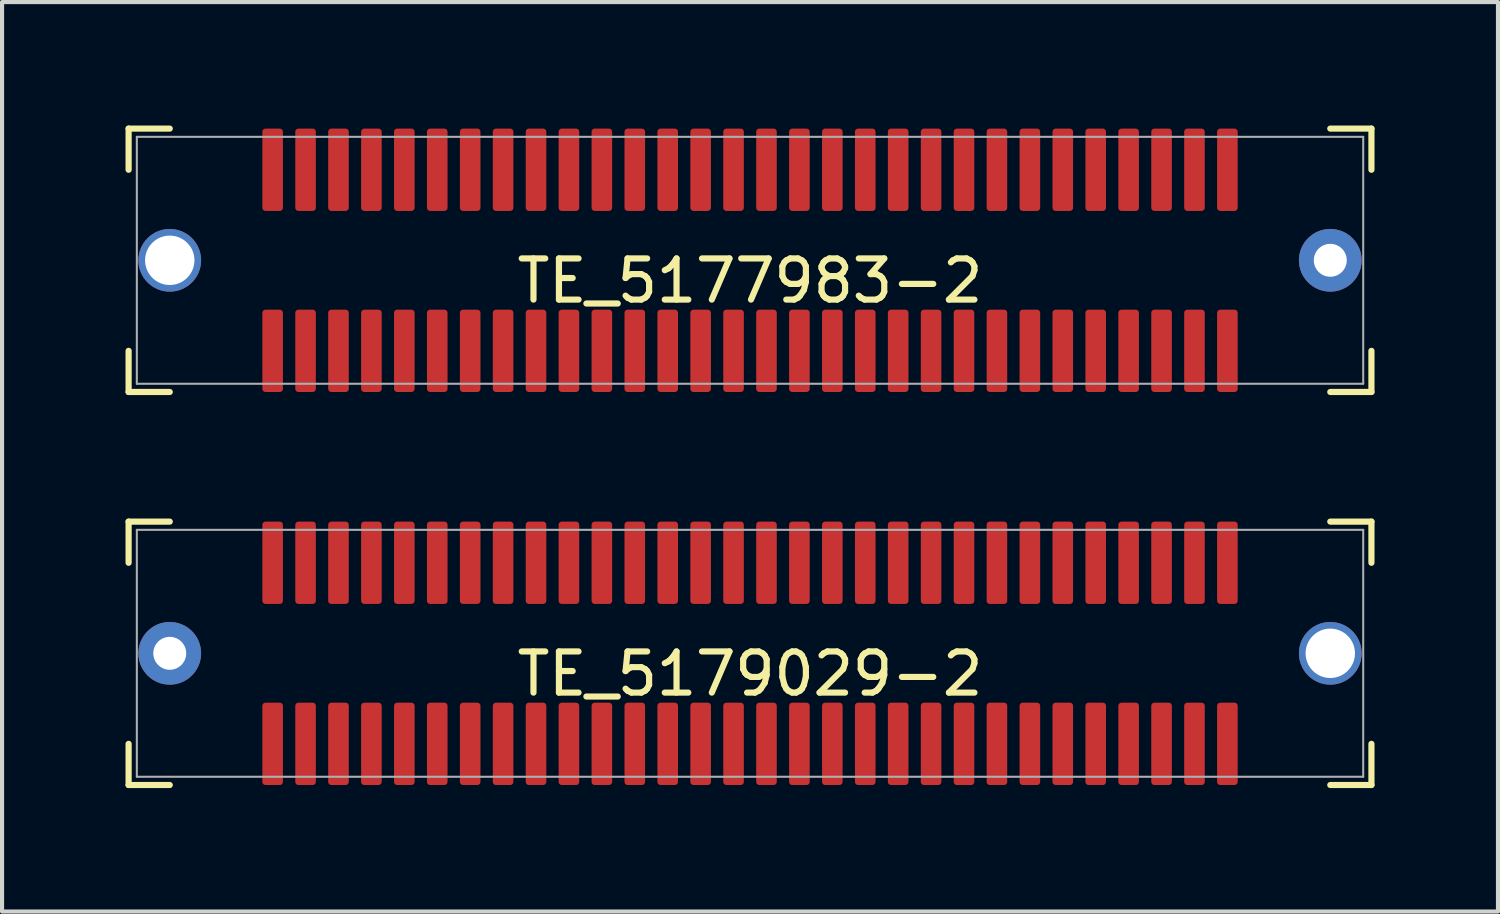
<source format=kicad_pcb>
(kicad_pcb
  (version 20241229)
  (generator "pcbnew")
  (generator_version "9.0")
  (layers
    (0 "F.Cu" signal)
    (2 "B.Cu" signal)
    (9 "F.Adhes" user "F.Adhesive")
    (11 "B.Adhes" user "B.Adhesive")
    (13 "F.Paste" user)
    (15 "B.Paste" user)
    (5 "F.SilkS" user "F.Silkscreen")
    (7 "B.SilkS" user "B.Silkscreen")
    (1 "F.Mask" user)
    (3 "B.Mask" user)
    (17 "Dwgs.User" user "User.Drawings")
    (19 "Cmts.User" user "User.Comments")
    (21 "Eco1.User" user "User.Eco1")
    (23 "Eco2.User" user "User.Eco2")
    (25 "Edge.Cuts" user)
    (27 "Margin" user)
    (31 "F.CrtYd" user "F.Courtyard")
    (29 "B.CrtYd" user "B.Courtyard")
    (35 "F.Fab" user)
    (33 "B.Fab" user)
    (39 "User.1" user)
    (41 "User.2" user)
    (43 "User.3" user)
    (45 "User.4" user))
  (footprint "TE_5177983-2"
    (layer "F.Cu")
    (at 15.175 3.275)
    (property "Reference" "TE_5177983-2" (at 0 0.5 0) (layer "F.SilkS") (effects (font (size 1 1) (thickness 0.15))))
    (attr through_hole)
    (fp_line (start -15.1 -3.2) (end -15.1 -2.2) (stroke (width 0.15) (type solid)) (layer "F.SilkS"))
    (fp_line (start -15.1 -3.2) (end -14.1 -3.2) (stroke (width 0.15) (type solid)) (layer "F.SilkS"))
    (fp_line (start -15.1 3.2) (end -15.1 2.2) (stroke (width 0.15) (type solid)) (layer "F.SilkS"))
    (fp_line (start -15.1 3.2) (end -14.1 3.2) (stroke (width 0.15) (type solid)) (layer "F.SilkS"))
    (fp_line (start 15.1 -3.2) (end 14.1 -3.2) (stroke (width 0.15) (type solid)) (layer "F.SilkS"))
    (fp_line (start 15.1 -3.2) (end 15.1 -2.2) (stroke (width 0.15) (type solid)) (layer "F.SilkS"))
    (fp_line (start 15.1 3.2) (end 14.1 3.2) (stroke (width 0.15) (type solid)) (layer "F.SilkS"))
    (fp_line (start 15.1 3.2) (end 15.1 2.2) (stroke (width 0.15) (type solid)) (layer "F.SilkS"))
    (fp_line (start -14.9 -3) (end 14.9 -3) (stroke (width 0.05) (type solid)) (layer "F.Fab"))
    (fp_line (start -14.9 3) (end -14.9 -3) (stroke (width 0.05) (type solid)) (layer "F.Fab"))
    (fp_line (start 14.9 -3) (end 14.9 3) (stroke (width 0.05) (type solid)) (layer "F.Fab"))
    (fp_line (start 14.9 3) (end -14.9 3) (stroke (width 0.05) (type solid)) (layer "F.Fab"))
    (pad "" np_thru_hole circle (at -14.1 0) (size 1.524 1.524) (drill 1.2) (layers "*.Cu" "*.Mask"))
    (pad "" np_thru_hole circle (at 14.1 0) (size 1.524 1.524) (drill 0.8) (layers "*.Cu" "*.Mask"))
    (pad "1" smd roundrect (at -11.6 2.2) (size 0.5 2) (layers "F.Cu" "F.Mask" "F.Paste") (roundrect_rratio 0.15))
    (pad "2" smd roundrect (at -11.6 -2.2) (size 0.5 2) (layers "F.Cu" "F.Mask" "F.Paste") (roundrect_rratio 0.15))
    (pad "3" smd roundrect (at -10.8 2.2) (size 0.5 2) (layers "F.Cu" "F.Mask" "F.Paste") (roundrect_rratio 0.15))
    (pad "4" smd roundrect (at -10.8 -2.2) (size 0.5 2) (layers "F.Cu" "F.Mask" "F.Paste") (roundrect_rratio 0.15))
    (pad "5" smd roundrect (at -10 2.2) (size 0.5 2) (layers "F.Cu" "F.Mask" "F.Paste") (roundrect_rratio 0.15))
    (pad "6" smd roundrect (at -10 -2.2) (size 0.5 2) (layers "F.Cu" "F.Mask" "F.Paste") (roundrect_rratio 0.15))
    (pad "7" smd roundrect (at -9.2 2.2) (size 0.5 2) (layers "F.Cu" "F.Mask" "F.Paste") (roundrect_rratio 0.15))
    (pad "8" smd roundrect (at -9.2 -2.2) (size 0.5 2) (layers "F.Cu" "F.Mask" "F.Paste") (roundrect_rratio 0.15))
    (pad "9" smd roundrect (at -8.4 2.2) (size 0.5 2) (layers "F.Cu" "F.Mask" "F.Paste") (roundrect_rratio 0.15))
    (pad "10" smd roundrect (at -8.4 -2.2) (size 0.5 2) (layers "F.Cu" "F.Mask" "F.Paste") (roundrect_rratio 0.15))
    (pad "11" smd roundrect (at -7.6 2.2) (size 0.5 2) (layers "F.Cu" "F.Mask" "F.Paste") (roundrect_rratio 0.15))
    (pad "12" smd roundrect (at -7.6 -2.2) (size 0.5 2) (layers "F.Cu" "F.Mask" "F.Paste") (roundrect_rratio 0.15))
    (pad "13" smd roundrect (at -6.8 2.2) (size 0.5 2) (layers "F.Cu" "F.Mask" "F.Paste") (roundrect_rratio 0.15))
    (pad "14" smd roundrect (at -6.8 -2.2) (size 0.5 2) (layers "F.Cu" "F.Mask" "F.Paste") (roundrect_rratio 0.15))
    (pad "15" smd roundrect (at -6 2.2) (size 0.5 2) (layers "F.Cu" "F.Mask" "F.Paste") (roundrect_rratio 0.15))
    (pad "16" smd roundrect (at -6 -2.2) (size 0.5 2) (layers "F.Cu" "F.Mask" "F.Paste") (roundrect_rratio 0.15))
    (pad "17" smd roundrect (at -5.2 2.2) (size 0.5 2) (layers "F.Cu" "F.Mask" "F.Paste") (roundrect_rratio 0.15))
    (pad "18" smd roundrect (at -5.2 -2.2) (size 0.5 2) (layers "F.Cu" "F.Mask" "F.Paste") (roundrect_rratio 0.15))
    (pad "19" smd roundrect (at -4.4 2.2) (size 0.5 2) (layers "F.Cu" "F.Mask" "F.Paste") (roundrect_rratio 0.15))
    (pad "20" smd roundrect (at -4.4 -2.2) (size 0.5 2) (layers "F.Cu" "F.Mask" "F.Paste") (roundrect_rratio 0.15))
    (pad "21" smd roundrect (at -3.6 2.2) (size 0.5 2) (layers "F.Cu" "F.Mask" "F.Paste") (roundrect_rratio 0.15))
    (pad "22" smd roundrect (at -3.6 -2.2) (size 0.5 2) (layers "F.Cu" "F.Mask" "F.Paste") (roundrect_rratio 0.15))
    (pad "23" smd roundrect (at -2.8 2.2) (size 0.5 2) (layers "F.Cu" "F.Mask" "F.Paste") (roundrect_rratio 0.15))
    (pad "24" smd roundrect (at -2.8 -2.2) (size 0.5 2) (layers "F.Cu" "F.Mask" "F.Paste") (roundrect_rratio 0.15))
    (pad "25" smd roundrect (at -2 2.2) (size 0.5 2) (layers "F.Cu" "F.Mask" "F.Paste") (roundrect_rratio 0.15))
    (pad "26" smd roundrect (at -2 -2.2) (size 0.5 2) (layers "F.Cu" "F.Mask" "F.Paste") (roundrect_rratio 0.15))
    (pad "27" smd roundrect (at -1.2 2.2) (size 0.5 2) (layers "F.Cu" "F.Mask" "F.Paste") (roundrect_rratio 0.15))
    (pad "28" smd roundrect (at -1.2 -2.2) (size 0.5 2) (layers "F.Cu" "F.Mask" "F.Paste") (roundrect_rratio 0.15))
    (pad "29" smd roundrect (at -0.4 2.2) (size 0.5 2) (layers "F.Cu" "F.Mask" "F.Paste") (roundrect_rratio 0.15))
    (pad "30" smd roundrect (at -0.4 -2.2) (size 0.5 2) (layers "F.Cu" "F.Mask" "F.Paste") (roundrect_rratio 0.15))
    (pad "31" smd roundrect (at 0.4 2.2) (size 0.5 2) (layers "F.Cu" "F.Mask" "F.Paste") (roundrect_rratio 0.15))
    (pad "32" smd roundrect (at 0.4 -2.2) (size 0.5 2) (layers "F.Cu" "F.Mask" "F.Paste") (roundrect_rratio 0.15))
    (pad "33" smd roundrect (at 1.2 2.2) (size 0.5 2) (layers "F.Cu" "F.Mask" "F.Paste") (roundrect_rratio 0.15))
    (pad "34" smd roundrect (at 1.2 -2.2) (size 0.5 2) (layers "F.Cu" "F.Mask" "F.Paste") (roundrect_rratio 0.15))
    (pad "35" smd roundrect (at 2 2.2) (size 0.5 2) (layers "F.Cu" "F.Mask" "F.Paste") (roundrect_rratio 0.15))
    (pad "36" smd roundrect (at 2 -2.2) (size 0.5 2) (layers "F.Cu" "F.Mask" "F.Paste") (roundrect_rratio 0.15))
    (pad "37" smd roundrect (at 2.8 2.2) (size 0.5 2) (layers "F.Cu" "F.Mask" "F.Paste") (roundrect_rratio 0.15))
    (pad "38" smd roundrect (at 2.8 -2.2) (size 0.5 2) (layers "F.Cu" "F.Mask" "F.Paste") (roundrect_rratio 0.15))
    (pad "39" smd roundrect (at 3.6 2.2) (size 0.5 2) (layers "F.Cu" "F.Mask" "F.Paste") (roundrect_rratio 0.15))
    (pad "40" smd roundrect (at 3.6 -2.2) (size 0.5 2) (layers "F.Cu" "F.Mask" "F.Paste") (roundrect_rratio 0.15))
    (pad "41" smd roundrect (at 4.4 2.2) (size 0.5 2) (layers "F.Cu" "F.Mask" "F.Paste") (roundrect_rratio 0.15))
    (pad "42" smd roundrect (at 4.4 -2.2) (size 0.5 2) (layers "F.Cu" "F.Mask" "F.Paste") (roundrect_rratio 0.15))
    (pad "43" smd roundrect (at 5.2 2.2) (size 0.5 2) (layers "F.Cu" "F.Mask" "F.Paste") (roundrect_rratio 0.15))
    (pad "44" smd roundrect (at 5.2 -2.2) (size 0.5 2) (layers "F.Cu" "F.Mask" "F.Paste") (roundrect_rratio 0.15))
    (pad "45" smd roundrect (at 6 2.2) (size 0.5 2) (layers "F.Cu" "F.Mask" "F.Paste") (roundrect_rratio 0.15))
    (pad "46" smd roundrect (at 6 -2.2) (size 0.5 2) (layers "F.Cu" "F.Mask" "F.Paste") (roundrect_rratio 0.15))
    (pad "47" smd roundrect (at 6.8 2.2) (size 0.5 2) (layers "F.Cu" "F.Mask" "F.Paste") (roundrect_rratio 0.15))
    (pad "48" smd roundrect (at 6.8 -2.2) (size 0.5 2) (layers "F.Cu" "F.Mask" "F.Paste") (roundrect_rratio 0.15))
    (pad "49" smd roundrect (at 7.6 2.2) (size 0.5 2) (layers "F.Cu" "F.Mask" "F.Paste") (roundrect_rratio 0.15))
    (pad "50" smd roundrect (at 7.6 -2.2) (size 0.5 2) (layers "F.Cu" "F.Mask" "F.Paste") (roundrect_rratio 0.15))
    (pad "51" smd roundrect (at 8.4 2.2) (size 0.5 2) (layers "F.Cu" "F.Mask" "F.Paste") (roundrect_rratio 0.15))
    (pad "52" smd roundrect (at 8.4 -2.2) (size 0.5 2) (layers "F.Cu" "F.Mask" "F.Paste") (roundrect_rratio 0.15))
    (pad "53" smd roundrect (at 9.2 2.2) (size 0.5 2) (layers "F.Cu" "F.Mask" "F.Paste") (roundrect_rratio 0.15))
    (pad "54" smd roundrect (at 9.2 -2.2) (size 0.5 2) (layers "F.Cu" "F.Mask" "F.Paste") (roundrect_rratio 0.15))
    (pad "55" smd roundrect (at 10 2.2) (size 0.5 2) (layers "F.Cu" "F.Mask" "F.Paste") (roundrect_rratio 0.15))
    (pad "56" smd roundrect (at 10 -2.2) (size 0.5 2) (layers "F.Cu" "F.Mask" "F.Paste") (roundrect_rratio 0.15))
    (pad "57" smd roundrect (at 10.8 2.2) (size 0.5 2) (layers "F.Cu" "F.Mask" "F.Paste") (roundrect_rratio 0.15))
    (pad "58" smd roundrect (at 10.8 -2.2) (size 0.5 2) (layers "F.Cu" "F.Mask" "F.Paste") (roundrect_rratio 0.15))
    (pad "59" smd roundrect (at 11.6 2.2) (size 0.5 2) (layers "F.Cu" "F.Mask" "F.Paste") (roundrect_rratio 0.15))
    (pad "60" smd roundrect (at 11.6 -2.2) (size 0.5 2) (layers "F.Cu" "F.Mask" "F.Paste") (roundrect_rratio 0.15)))
  (footprint "TE_5179029-2"
    (layer "F.Cu")
    (at 15.175 12.825)
    (property "Reference" "TE_5179029-2" (at 0 0.5 0) (layer "F.SilkS") (effects (font (size 1 1) (thickness 0.15))))
    (attr through_hole)
    (fp_line (start -15.1 -3.2) (end -15.1 -2.2) (stroke (width 0.15) (type solid)) (layer "F.SilkS"))
    (fp_line (start -15.1 -3.2) (end -14.1 -3.2) (stroke (width 0.15) (type solid)) (layer "F.SilkS"))
    (fp_line (start -15.1 3.2) (end -15.1 2.2) (stroke (width 0.15) (type solid)) (layer "F.SilkS"))
    (fp_line (start -15.1 3.2) (end -14.1 3.2) (stroke (width 0.15) (type solid)) (layer "F.SilkS"))
    (fp_line (start 15.1 -3.2) (end 14.1 -3.2) (stroke (width 0.15) (type solid)) (layer "F.SilkS"))
    (fp_line (start 15.1 -3.2) (end 15.1 -2.2) (stroke (width 0.15) (type solid)) (layer "F.SilkS"))
    (fp_line (start 15.1 3.2) (end 14.1 3.2) (stroke (width 0.15) (type solid)) (layer "F.SilkS"))
    (fp_line (start 15.1 3.2) (end 15.1 2.2) (stroke (width 0.15) (type solid)) (layer "F.SilkS"))
    (fp_line (start -14.9 -3) (end 14.9 -3) (stroke (width 0.05) (type solid)) (layer "F.Fab"))
    (fp_line (start -14.9 3) (end -14.9 -3) (stroke (width 0.05) (type solid)) (layer "F.Fab"))
    (fp_line (start 14.9 -3) (end 14.9 3) (stroke (width 0.05) (type solid)) (layer "F.Fab"))
    (fp_line (start 14.9 3) (end -14.9 3) (stroke (width 0.05) (type solid)) (layer "F.Fab"))
    (pad "" np_thru_hole circle (at -14.1 0) (size 1.524 1.524) (drill 0.8) (layers "*.Cu" "*.Mask"))
    (pad "" np_thru_hole circle (at 14.1 0) (size 1.524 1.524) (drill 1.2) (layers "*.Cu" "*.Mask"))
    (pad "1" smd roundrect (at -11.6 2.2) (size 0.5 2) (layers "F.Cu" "F.Mask" "F.Paste") (roundrect_rratio 0.15))
    (pad "2" smd roundrect (at -11.6 -2.2) (size 0.5 2) (layers "F.Cu" "F.Mask" "F.Paste") (roundrect_rratio 0.15))
    (pad "3" smd roundrect (at -10.8 2.2) (size 0.5 2) (layers "F.Cu" "F.Mask" "F.Paste") (roundrect_rratio 0.15))
    (pad "4" smd roundrect (at -10.8 -2.2) (size 0.5 2) (layers "F.Cu" "F.Mask" "F.Paste") (roundrect_rratio 0.15))
    (pad "5" smd roundrect (at -10 2.2) (size 0.5 2) (layers "F.Cu" "F.Mask" "F.Paste") (roundrect_rratio 0.15))
    (pad "6" smd roundrect (at -10 -2.2) (size 0.5 2) (layers "F.Cu" "F.Mask" "F.Paste") (roundrect_rratio 0.15))
    (pad "7" smd roundrect (at -9.2 2.2) (size 0.5 2) (layers "F.Cu" "F.Mask" "F.Paste") (roundrect_rratio 0.15))
    (pad "8" smd roundrect (at -9.2 -2.2) (size 0.5 2) (layers "F.Cu" "F.Mask" "F.Paste") (roundrect_rratio 0.15))
    (pad "9" smd roundrect (at -8.4 2.2) (size 0.5 2) (layers "F.Cu" "F.Mask" "F.Paste") (roundrect_rratio 0.15))
    (pad "10" smd roundrect (at -8.4 -2.2) (size 0.5 2) (layers "F.Cu" "F.Mask" "F.Paste") (roundrect_rratio 0.15))
    (pad "11" smd roundrect (at -7.6 2.2) (size 0.5 2) (layers "F.Cu" "F.Mask" "F.Paste") (roundrect_rratio 0.15))
    (pad "12" smd roundrect (at -7.6 -2.2) (size 0.5 2) (layers "F.Cu" "F.Mask" "F.Paste") (roundrect_rratio 0.15))
    (pad "13" smd roundrect (at -6.8 2.2) (size 0.5 2) (layers "F.Cu" "F.Mask" "F.Paste") (roundrect_rratio 0.15))
    (pad "14" smd roundrect (at -6.8 -2.2) (size 0.5 2) (layers "F.Cu" "F.Mask" "F.Paste") (roundrect_rratio 0.15))
    (pad "15" smd roundrect (at -6 2.2) (size 0.5 2) (layers "F.Cu" "F.Mask" "F.Paste") (roundrect_rratio 0.15))
    (pad "16" smd roundrect (at -6 -2.2) (size 0.5 2) (layers "F.Cu" "F.Mask" "F.Paste") (roundrect_rratio 0.15))
    (pad "17" smd roundrect (at -5.2 2.2) (size 0.5 2) (layers "F.Cu" "F.Mask" "F.Paste") (roundrect_rratio 0.15))
    (pad "18" smd roundrect (at -5.2 -2.2) (size 0.5 2) (layers "F.Cu" "F.Mask" "F.Paste") (roundrect_rratio 0.15))
    (pad "19" smd roundrect (at -4.4 2.2) (size 0.5 2) (layers "F.Cu" "F.Mask" "F.Paste") (roundrect_rratio 0.15))
    (pad "20" smd roundrect (at -4.4 -2.2) (size 0.5 2) (layers "F.Cu" "F.Mask" "F.Paste") (roundrect_rratio 0.15))
    (pad "21" smd roundrect (at -3.6 2.2) (size 0.5 2) (layers "F.Cu" "F.Mask" "F.Paste") (roundrect_rratio 0.15))
    (pad "22" smd roundrect (at -3.6 -2.2) (size 0.5 2) (layers "F.Cu" "F.Mask" "F.Paste") (roundrect_rratio 0.15))
    (pad "23" smd roundrect (at -2.8 2.2) (size 0.5 2) (layers "F.Cu" "F.Mask" "F.Paste") (roundrect_rratio 0.15))
    (pad "24" smd roundrect (at -2.8 -2.2) (size 0.5 2) (layers "F.Cu" "F.Mask" "F.Paste") (roundrect_rratio 0.15))
    (pad "25" smd roundrect (at -2 2.2) (size 0.5 2) (layers "F.Cu" "F.Mask" "F.Paste") (roundrect_rratio 0.15))
    (pad "26" smd roundrect (at -2 -2.2) (size 0.5 2) (layers "F.Cu" "F.Mask" "F.Paste") (roundrect_rratio 0.15))
    (pad "27" smd roundrect (at -1.2 2.2) (size 0.5 2) (layers "F.Cu" "F.Mask" "F.Paste") (roundrect_rratio 0.15))
    (pad "28" smd roundrect (at -1.2 -2.2) (size 0.5 2) (layers "F.Cu" "F.Mask" "F.Paste") (roundrect_rratio 0.15))
    (pad "29" smd roundrect (at -0.4 2.2) (size 0.5 2) (layers "F.Cu" "F.Mask" "F.Paste") (roundrect_rratio 0.15))
    (pad "30" smd roundrect (at -0.4 -2.2) (size 0.5 2) (layers "F.Cu" "F.Mask" "F.Paste") (roundrect_rratio 0.15))
    (pad "31" smd roundrect (at 0.4 2.2) (size 0.5 2) (layers "F.Cu" "F.Mask" "F.Paste") (roundrect_rratio 0.15))
    (pad "32" smd roundrect (at 0.4 -2.2) (size 0.5 2) (layers "F.Cu" "F.Mask" "F.Paste") (roundrect_rratio 0.15))
    (pad "33" smd roundrect (at 1.2 2.2) (size 0.5 2) (layers "F.Cu" "F.Mask" "F.Paste") (roundrect_rratio 0.15))
    (pad "34" smd roundrect (at 1.2 -2.2) (size 0.5 2) (layers "F.Cu" "F.Mask" "F.Paste") (roundrect_rratio 0.15))
    (pad "35" smd roundrect (at 2 2.2) (size 0.5 2) (layers "F.Cu" "F.Mask" "F.Paste") (roundrect_rratio 0.15))
    (pad "36" smd roundrect (at 2 -2.2) (size 0.5 2) (layers "F.Cu" "F.Mask" "F.Paste") (roundrect_rratio 0.15))
    (pad "37" smd roundrect (at 2.8 2.2) (size 0.5 2) (layers "F.Cu" "F.Mask" "F.Paste") (roundrect_rratio 0.15))
    (pad "38" smd roundrect (at 2.8 -2.2) (size 0.5 2) (layers "F.Cu" "F.Mask" "F.Paste") (roundrect_rratio 0.15))
    (pad "39" smd roundrect (at 3.6 2.2) (size 0.5 2) (layers "F.Cu" "F.Mask" "F.Paste") (roundrect_rratio 0.15))
    (pad "40" smd roundrect (at 3.6 -2.2) (size 0.5 2) (layers "F.Cu" "F.Mask" "F.Paste") (roundrect_rratio 0.15))
    (pad "41" smd roundrect (at 4.4 2.2) (size 0.5 2) (layers "F.Cu" "F.Mask" "F.Paste") (roundrect_rratio 0.15))
    (pad "42" smd roundrect (at 4.4 -2.2) (size 0.5 2) (layers "F.Cu" "F.Mask" "F.Paste") (roundrect_rratio 0.15))
    (pad "43" smd roundrect (at 5.2 2.2) (size 0.5 2) (layers "F.Cu" "F.Mask" "F.Paste") (roundrect_rratio 0.15))
    (pad "44" smd roundrect (at 5.2 -2.2) (size 0.5 2) (layers "F.Cu" "F.Mask" "F.Paste") (roundrect_rratio 0.15))
    (pad "45" smd roundrect (at 6 2.2) (size 0.5 2) (layers "F.Cu" "F.Mask" "F.Paste") (roundrect_rratio 0.15))
    (pad "46" smd roundrect (at 6 -2.2) (size 0.5 2) (layers "F.Cu" "F.Mask" "F.Paste") (roundrect_rratio 0.15))
    (pad "47" smd roundrect (at 6.8 2.2) (size 0.5 2) (layers "F.Cu" "F.Mask" "F.Paste") (roundrect_rratio 0.15))
    (pad "48" smd roundrect (at 6.8 -2.2) (size 0.5 2) (layers "F.Cu" "F.Mask" "F.Paste") (roundrect_rratio 0.15))
    (pad "49" smd roundrect (at 7.6 2.2) (size 0.5 2) (layers "F.Cu" "F.Mask" "F.Paste") (roundrect_rratio 0.15))
    (pad "50" smd roundrect (at 7.6 -2.2) (size 0.5 2) (layers "F.Cu" "F.Mask" "F.Paste") (roundrect_rratio 0.15))
    (pad "51" smd roundrect (at 8.4 2.2) (size 0.5 2) (layers "F.Cu" "F.Mask" "F.Paste") (roundrect_rratio 0.15))
    (pad "52" smd roundrect (at 8.4 -2.2) (size 0.5 2) (layers "F.Cu" "F.Mask" "F.Paste") (roundrect_rratio 0.15))
    (pad "53" smd roundrect (at 9.2 2.2) (size 0.5 2) (layers "F.Cu" "F.Mask" "F.Paste") (roundrect_rratio 0.15))
    (pad "54" smd roundrect (at 9.2 -2.2) (size 0.5 2) (layers "F.Cu" "F.Mask" "F.Paste") (roundrect_rratio 0.15))
    (pad "55" smd roundrect (at 10 2.2) (size 0.5 2) (layers "F.Cu" "F.Mask" "F.Paste") (roundrect_rratio 0.15))
    (pad "56" smd roundrect (at 10 -2.2) (size 0.5 2) (layers "F.Cu" "F.Mask" "F.Paste") (roundrect_rratio 0.15))
    (pad "57" smd roundrect (at 10.8 2.2) (size 0.5 2) (layers "F.Cu" "F.Mask" "F.Paste") (roundrect_rratio 0.15))
    (pad "58" smd roundrect (at 10.8 -2.2) (size 0.5 2) (layers "F.Cu" "F.Mask" "F.Paste") (roundrect_rratio 0.15))
    (pad "59" smd roundrect (at 11.6 2.2) (size 0.5 2) (layers "F.Cu" "F.Mask" "F.Paste") (roundrect_rratio 0.15))
    (pad "60" smd roundrect (at 11.6 -2.2) (size 0.5 2) (layers "F.Cu" "F.Mask" "F.Paste") (roundrect_rratio 0.15)))
  (gr_rect
    (start -3 -3)
    (end 33.35 19.1)
    (stroke (width 0.1) (type default))
    (fill no)
    (layer "Edge.Cuts")))
</source>
